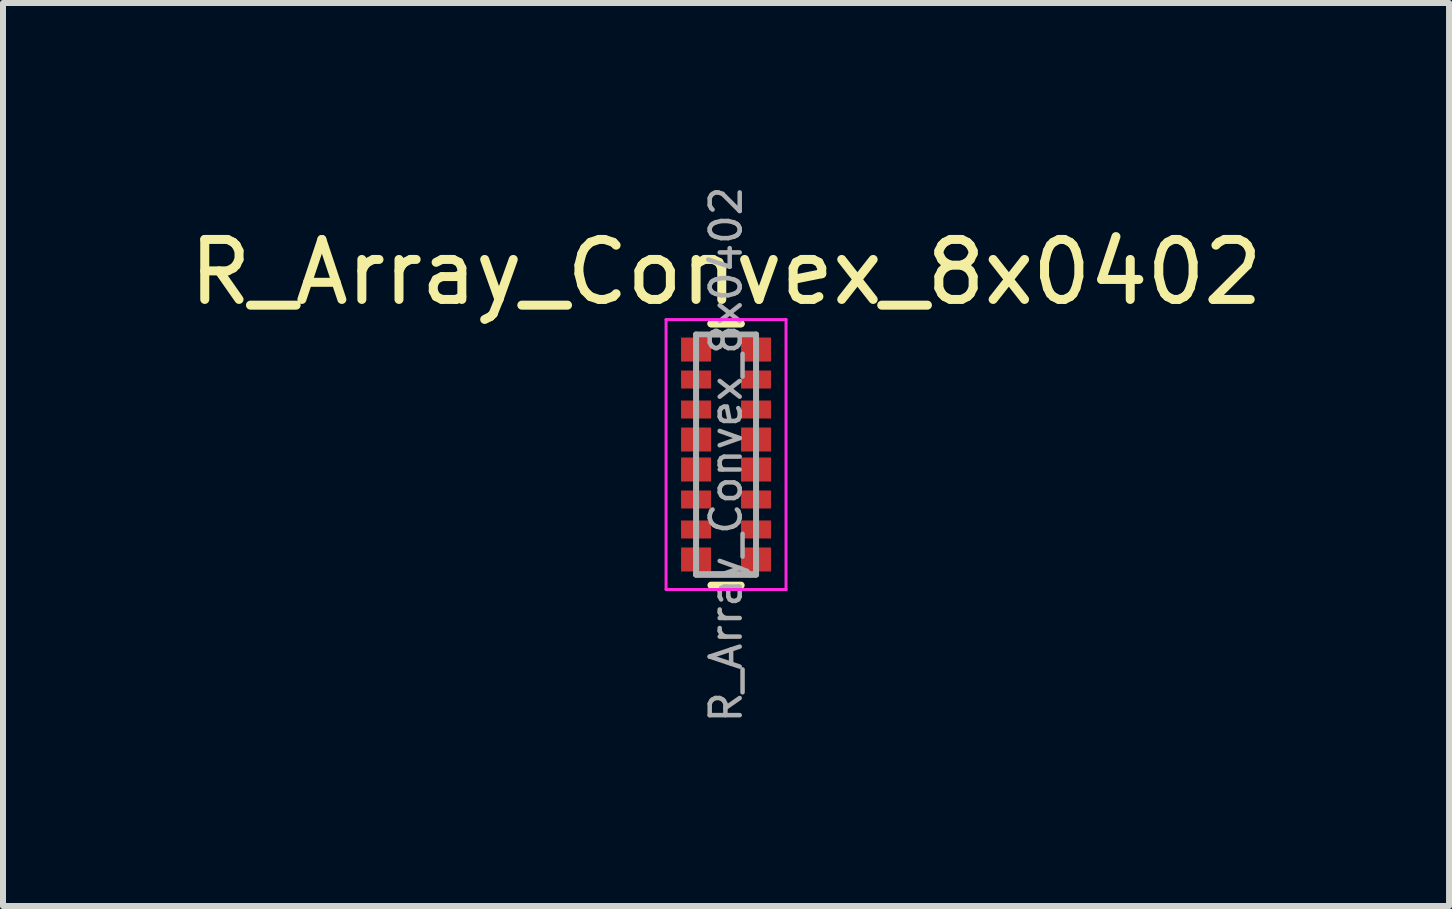
<source format=kicad_pcb>
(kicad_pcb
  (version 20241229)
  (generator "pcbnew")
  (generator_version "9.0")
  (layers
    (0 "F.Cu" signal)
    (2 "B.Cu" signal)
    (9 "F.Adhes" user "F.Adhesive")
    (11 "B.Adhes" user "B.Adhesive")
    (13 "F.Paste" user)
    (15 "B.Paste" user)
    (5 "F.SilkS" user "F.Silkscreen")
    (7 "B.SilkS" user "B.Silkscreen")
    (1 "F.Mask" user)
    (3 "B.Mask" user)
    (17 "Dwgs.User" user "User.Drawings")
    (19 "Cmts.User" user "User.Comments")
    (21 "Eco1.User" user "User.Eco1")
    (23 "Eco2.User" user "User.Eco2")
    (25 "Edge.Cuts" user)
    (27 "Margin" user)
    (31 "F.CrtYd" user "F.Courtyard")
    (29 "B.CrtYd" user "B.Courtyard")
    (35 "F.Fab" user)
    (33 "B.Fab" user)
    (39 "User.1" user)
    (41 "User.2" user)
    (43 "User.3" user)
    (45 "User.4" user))
  (footprint "R_Array_Convex_8x0402"
    (layer "F.Cu")
    (at 9.054 4.527)
    (property "Reference" "R_Array_Convex_8x0402" (at 0 -3.04 0) (layer "F.SilkS") (effects (font (size 1 1) (thickness 0.15))))
    (attr smd)
    (fp_line (start 0.25 -2.18) (end -0.25 -2.18) (stroke (width 0.12) (type solid)) (layer "F.SilkS"))
    (fp_line (start 0.25 -2.18) (end -0.25 -2.18) (stroke (width 0.12) (type solid)) (layer "F.SilkS"))
    (fp_line (start 0.25 2.18) (end -0.25 2.18) (stroke (width 0.12) (type solid)) (layer "F.SilkS"))
    (fp_line (start -1 -2.25) (end -1 2.25) (stroke (width 0.05) (type solid)) (layer "F.CrtYd"))
    (fp_line (start -1 -2.25) (end 1 -2.25) (stroke (width 0.05) (type solid)) (layer "F.CrtYd"))
    (fp_line (start 1 2.25) (end -1 2.25) (stroke (width 0.05) (type solid)) (layer "F.CrtYd"))
    (fp_line (start 1 2.25) (end 1 -2.25) (stroke (width 0.05) (type solid)) (layer "F.CrtYd"))
    (fp_line (start -0.5 -2) (end 0.5 -2) (stroke (width 0.1) (type solid)) (layer "F.Fab"))
    (fp_line (start -0.5 0) (end -0.5 -2) (stroke (width 0.1) (type solid)) (layer "F.Fab"))
    (fp_line (start -0.5 2) (end -0.5 0) (stroke (width 0.1) (type solid)) (layer "F.Fab"))
    (fp_line (start -0.5 2) (end 0.5 2) (stroke (width 0.1) (type solid)) (layer "F.Fab"))
    (fp_line (start 0.5 -2) (end 0.5 0) (stroke (width 0.1) (type solid)) (layer "F.Fab"))
    (fp_line (start 0.5 0) (end 0.5 2) (stroke (width 0.1) (type solid)) (layer "F.Fab"))
    (fp_line (start 0.5 2) (end -0.5 2) (stroke (width 0.1) (type solid)) (layer "F.Fab"))
    (fp_line (start 0.5 2) (end -0.5 2) (stroke (width 0.1) (type solid)) (layer "F.Fab"))
    (fp_text user "${REFERENCE}" (at 0 0 90) (layer "F.Fab") (effects (font (size 0.5 0.5) (thickness 0.075))))
    (pad "1" smd rect (at -0.5 -1.75) (size 0.5 0.4) (layers "F.Cu" "F.Mask" "F.Paste"))
    (pad "1" smd rect (at -0.5 0.25) (size 0.5 0.4) (layers "F.Cu" "F.Mask" "F.Paste"))
    (pad "2" smd rect (at -0.5 -1.25) (size 0.5 0.3) (layers "F.Cu" "F.Mask" "F.Paste"))
    (pad "2" smd rect (at -0.5 0.75) (size 0.5 0.3) (layers "F.Cu" "F.Mask" "F.Paste"))
    (pad "3" smd rect (at -0.5 -0.75) (size 0.5 0.3) (layers "F.Cu" "F.Mask" "F.Paste"))
    (pad "3" smd rect (at -0.5 1.25) (size 0.5 0.3) (layers "F.Cu" "F.Mask" "F.Paste"))
    (pad "4" smd rect (at -0.5 -0.25) (size 0.5 0.4) (layers "F.Cu" "F.Mask" "F.Paste"))
    (pad "4" smd rect (at -0.5 1.75) (size 0.5 0.4) (layers "F.Cu" "F.Mask" "F.Paste"))
    (pad "5" smd rect (at 0.5 -0.25) (size 0.5 0.4) (layers "F.Cu" "F.Mask" "F.Paste"))
    (pad "5" smd rect (at 0.5 1.75) (size 0.5 0.4) (layers "F.Cu" "F.Mask" "F.Paste"))
    (pad "6" smd rect (at 0.5 -0.75) (size 0.5 0.3) (layers "F.Cu" "F.Mask" "F.Paste"))
    (pad "6" smd rect (at 0.5 1.25) (size 0.5 0.3) (layers "F.Cu" "F.Mask" "F.Paste"))
    (pad "7" smd rect (at 0.5 -1.25) (size 0.5 0.3) (layers "F.Cu" "F.Mask" "F.Paste"))
    (pad "7" smd rect (at 0.5 0.75) (size 0.5 0.3) (layers "F.Cu" "F.Mask" "F.Paste"))
    (pad "8" smd rect (at 0.5 -1.75) (size 0.5 0.4) (layers "F.Cu" "F.Mask" "F.Paste"))
    (pad "8" smd rect (at 0.5 0.25) (size 0.5 0.4) (layers "F.Cu" "F.Mask" "F.Paste")))
  (gr_rect
    (start -3 -3)
    (end 21.107 12.054)
    (stroke (width 0.1) (type default))
    (fill no)
    (layer "Edge.Cuts")))
</source>
